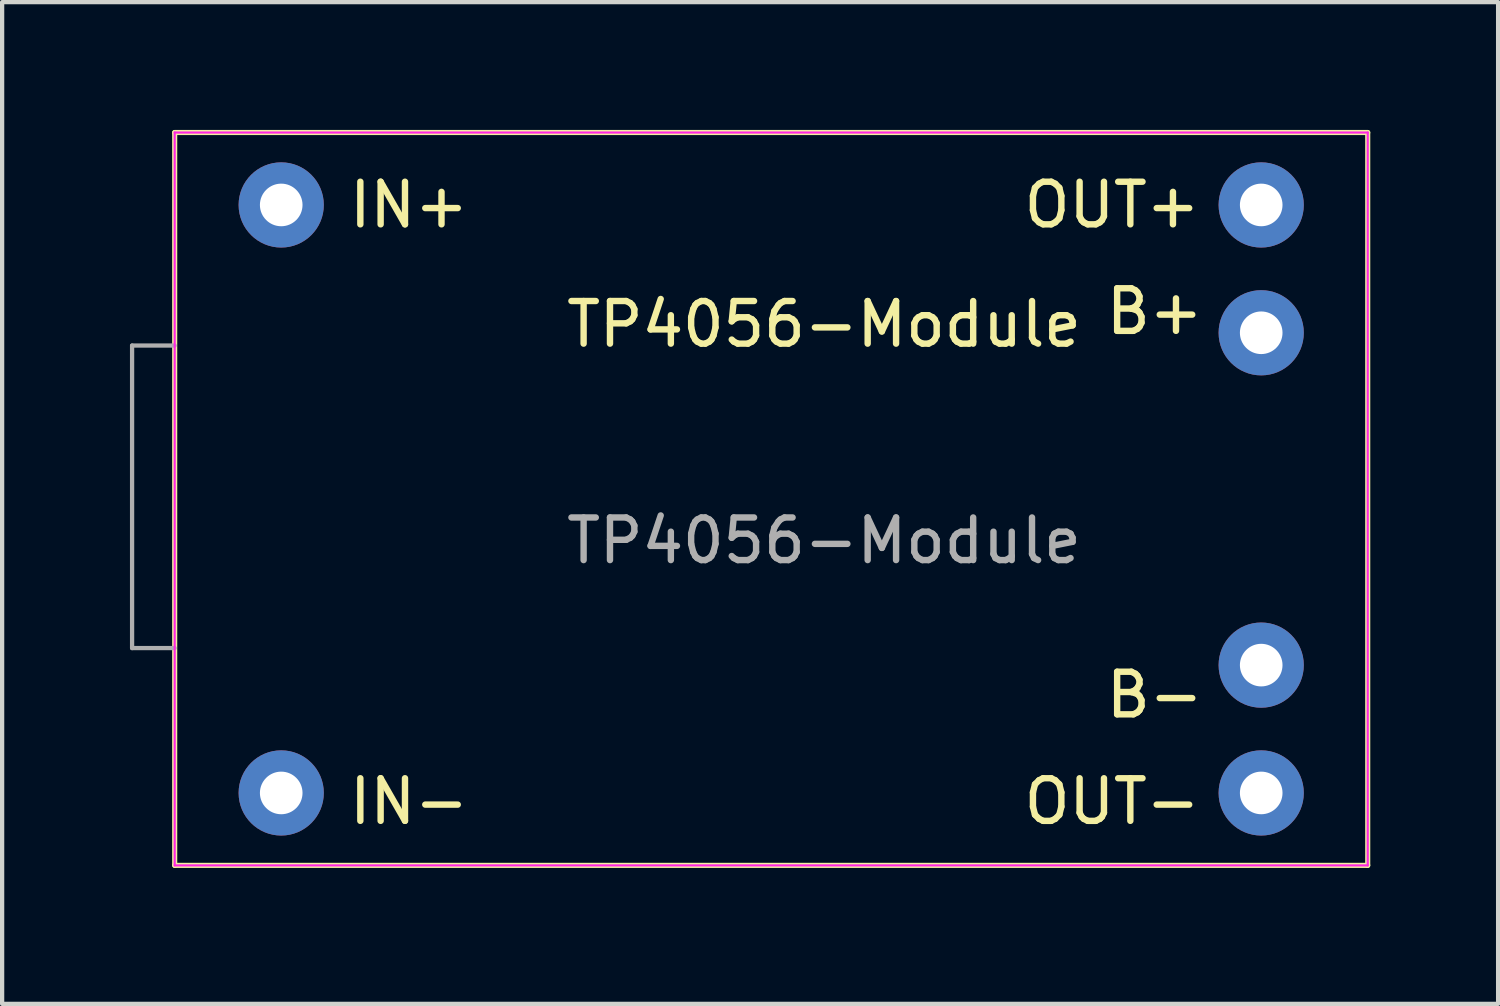
<source format=kicad_pcb>
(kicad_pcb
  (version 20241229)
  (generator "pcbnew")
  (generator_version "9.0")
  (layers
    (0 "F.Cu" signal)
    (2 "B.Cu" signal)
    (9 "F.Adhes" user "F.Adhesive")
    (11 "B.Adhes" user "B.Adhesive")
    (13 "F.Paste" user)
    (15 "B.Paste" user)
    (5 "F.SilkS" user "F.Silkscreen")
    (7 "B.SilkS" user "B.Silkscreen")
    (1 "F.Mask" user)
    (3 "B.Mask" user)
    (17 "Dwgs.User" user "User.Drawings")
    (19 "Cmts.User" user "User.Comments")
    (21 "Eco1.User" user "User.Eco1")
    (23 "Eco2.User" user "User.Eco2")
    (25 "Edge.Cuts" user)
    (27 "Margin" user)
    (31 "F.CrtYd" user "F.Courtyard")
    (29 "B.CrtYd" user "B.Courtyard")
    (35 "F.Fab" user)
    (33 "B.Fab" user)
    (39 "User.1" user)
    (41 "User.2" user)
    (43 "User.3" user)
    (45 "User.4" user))
  (footprint "TP4056-Module"
    (layer "F.Cu")
    (at 1.05 17.26)
    (property "Reference" "TP4056-Module" (at 15.24 -12.7 0) (unlocked yes) (layer "F.SilkS") (effects (font (size 1 1) (thickness 0.15))))
    (attr smd)
    (fp_line (start 0 -17.2) (end 0 0) (stroke (width 0.12) (type solid)) (layer "F.SilkS"))
    (fp_line (start 0 -17.2) (end 28 -17.2) (stroke (width 0.12) (type solid)) (layer "F.SilkS"))
    (fp_line (start 0 0) (end 28 0) (stroke (width 0.12) (type solid)) (layer "F.SilkS"))
    (fp_line (start 28 -17.2) (end 28 0) (stroke (width 0.12) (type solid)) (layer "F.SilkS"))
    (fp_line (start 0 -17.2) (end 28 -17.2) (stroke (width 0.05) (type solid)) (layer "F.CrtYd"))
    (fp_line (start 0 0) (end 0 -17.2) (stroke (width 0.05) (type solid)) (layer "F.CrtYd"))
    (fp_line (start 28 -17.2) (end 28 0) (stroke (width 0.05) (type solid)) (layer "F.CrtYd"))
    (fp_line (start 28 0) (end 0 0) (stroke (width 0.05) (type solid)) (layer "F.CrtYd"))
    (fp_line (start -1 -12.2) (end -1 -5.1) (stroke (width 0.1) (type solid)) (layer "F.Fab"))
    (fp_line (start -1 -5.1) (end 0 -5.1) (stroke (width 0.1) (type solid)) (layer "F.Fab"))
    (fp_line (start 0 -12.2) (end -1 -12.2) (stroke (width 0.1) (type solid)) (layer "F.Fab"))
    (fp_text user "B+" (at 23 -13 0) (unlocked yes) (layer "F.SilkS") (effects (font (size 1 1) (thickness 0.15))))
    (fp_text user "IN+" (at 5.5 -15.5 0) (unlocked yes) (layer "F.SilkS") (effects (font (size 1 1) (thickness 0.15))))
    (fp_text user "IN-" (at 5.5 -1.5 0) (unlocked yes) (layer "F.SilkS") (effects (font (size 1 1) (thickness 0.15))))
    (fp_text user "OUT-" (at 22 -1.5 0) (unlocked yes) (layer "F.SilkS") (effects (font (size 1 1) (thickness 0.15))))
    (fp_text user "OUT+" (at 22 -15.5 0) (unlocked yes) (layer "F.SilkS") (effects (font (size 1 1) (thickness 0.15))))
    (fp_text user "B-" (at 23 -4 0) (unlocked yes) (layer "F.SilkS") (effects (font (size 1 1) (thickness 0.15))))
    (fp_text user "${REFERENCE}" (at 15.24 -7.62 0) (unlocked yes) (layer "F.Fab") (effects (font (size 1 1) (thickness 0.15))))
    (pad "1" thru_hole circle (at 2.5 -15.5) (size 2 2) (drill 1) (layers "*.Cu" "*.Mask"))
    (pad "2" thru_hole circle (at 2.5 -1.7) (size 2 2) (drill 1) (layers "*.Cu" "*.Mask"))
    (pad "3" thru_hole circle (at 25.5 -1.7) (size 2 2) (drill 1) (layers "*.Cu" "*.Mask"))
    (pad "4" thru_hole circle (at 25.5 -4.7) (size 2 2) (drill 1) (layers "*.Cu" "*.Mask"))
    (pad "5" thru_hole circle (at 25.5 -12.5) (size 2 2) (drill 1) (layers "*.Cu" "*.Mask"))
    (pad "6" thru_hole circle (at 25.5 -15.5) (size 2 2) (drill 1) (layers "*.Cu" "*.Mask")))
  (gr_rect
    (start -3 -3)
    (end 32.11 20.51)
    (stroke (width 0.1) (type default))
    (fill no)
    (layer "Edge.Cuts")))
</source>
